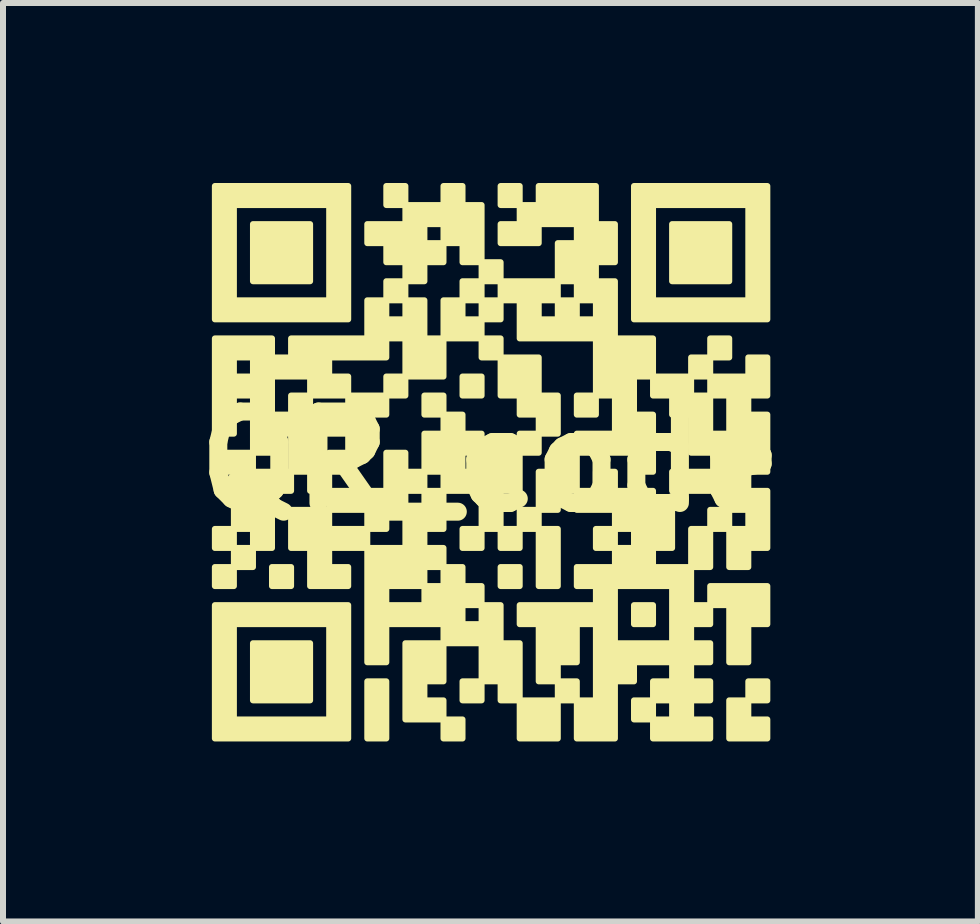
<source format=kicad_pcb>
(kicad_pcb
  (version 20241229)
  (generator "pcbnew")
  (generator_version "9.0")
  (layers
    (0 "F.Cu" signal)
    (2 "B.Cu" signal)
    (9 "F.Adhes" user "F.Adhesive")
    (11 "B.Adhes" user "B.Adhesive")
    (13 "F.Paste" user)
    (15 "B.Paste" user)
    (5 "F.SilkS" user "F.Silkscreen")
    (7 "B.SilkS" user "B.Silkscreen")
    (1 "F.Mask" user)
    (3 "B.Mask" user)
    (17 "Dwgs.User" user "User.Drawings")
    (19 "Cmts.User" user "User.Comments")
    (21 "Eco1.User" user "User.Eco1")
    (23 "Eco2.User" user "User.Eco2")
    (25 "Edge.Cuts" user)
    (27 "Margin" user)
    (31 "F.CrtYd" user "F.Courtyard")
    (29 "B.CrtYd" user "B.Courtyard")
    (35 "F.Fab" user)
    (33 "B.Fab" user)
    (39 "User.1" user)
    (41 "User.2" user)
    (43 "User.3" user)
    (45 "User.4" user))
  (footprint "QR_code"
    (layer "F.Cu")
    (at 5.124 4.643)
    (property "Reference" "QR_code" (at 0 0 0) (layer "F.SilkS") (effects (font (size 1.524 1.524) (thickness 0.3))))
    (attr through_hole)
    (fp_poly (pts (xy -4.276 1.439) (xy -4.434 1.439) (xy -4.593 1.439) (xy -4.593 1.281) (xy -4.593 1.122) (xy -4.434 1.122) (xy -4.276 1.122) (xy -4.276 1.281) (xy -4.276 1.439)) (stroke (width 0.1) (type solid)) (fill yes) (layer "F.SilkS"))
    (fp_poly (pts (xy -4.276 2.074) (xy -4.434 2.074) (xy -4.593 2.074) (xy -4.593 1.916) (xy -4.593 1.757) (xy -4.434 1.757) (xy -4.276 1.757) (xy -4.276 1.916) (xy -4.276 2.074)) (stroke (width 0.1) (type solid)) (fill yes) (layer "F.SilkS"))
    (fp_poly (pts (xy -3.958 0.169) (xy -4.276 0.169) (xy -4.593 0.169) (xy -4.593 0.011) (xy -4.593 -0.148) (xy -4.276 -0.148) (xy -3.958 -0.148) (xy -3.958 0.011) (xy -3.958 0.169)) (stroke (width 0.1) (type solid)) (fill yes) (layer "F.SilkS"))
    (fp_poly (pts (xy -3.958 1.757) (xy -4.117 1.757) (xy -4.276 1.757) (xy -4.276 1.598) (xy -4.276 1.439) (xy -4.117 1.439) (xy -3.958 1.439) (xy -3.958 1.598) (xy -3.958 1.757)) (stroke (width 0.1) (type solid)) (fill yes) (layer "F.SilkS"))
    (fp_poly (pts (xy -3.323 2.074) (xy -3.482 2.074) (xy -3.641 2.074) (xy -3.641 1.916) (xy -3.641 1.757) (xy -3.482 1.757) (xy -3.323 1.757) (xy -3.323 1.916) (xy -3.323 2.074)) (stroke (width 0.1) (type solid)) (fill yes) (layer "F.SilkS"))
    (fp_poly (pts (xy -3.006 -3.006) (xy -3.482 -3.006) (xy -3.958 -3.006) (xy -3.958 -3.482) (xy -3.958 -3.958) (xy -3.482 -3.958) (xy -3.006 -3.958) (xy -3.006 -3.482) (xy -3.006 -3.006)) (stroke (width 0.1) (type solid)) (fill yes) (layer "F.SilkS"))
    (fp_poly (pts (xy -3.006 3.979) (xy -3.482 3.979) (xy -3.958 3.979) (xy -3.958 3.503) (xy -3.958 3.027) (xy -3.482 3.027) (xy -3.006 3.027) (xy -3.006 3.503) (xy -3.006 3.979)) (stroke (width 0.1) (type solid)) (fill yes) (layer "F.SilkS"))
    (fp_poly (pts (xy -2.688 0.487) (xy -2.847 0.487) (xy -3.006 0.487) (xy -3.006 0.328) (xy -3.006 0.169) (xy -2.847 0.169) (xy -2.688 0.169) (xy -2.688 0.328) (xy -2.688 0.487)) (stroke (width 0.1) (type solid)) (fill yes) (layer "F.SilkS"))
    (fp_poly (pts (xy -2.371 0.169) (xy -2.529 0.169) (xy -2.688 0.169) (xy -2.688 0.011) (xy -2.688 -0.148) (xy -2.529 -0.148) (xy -2.371 -0.148) (xy -2.371 0.011) (xy -2.371 0.169)) (stroke (width 0.1) (type solid)) (fill yes) (layer "F.SilkS"))
    (fp_poly (pts (xy -1.736 4.614) (xy -1.894 4.614) (xy -2.053 4.614) (xy -2.053 4.138) (xy -2.053 3.662) (xy -1.894 3.662) (xy -1.736 3.662) (xy -1.736 4.138) (xy -1.736 4.614)) (stroke (width 0.1) (type solid)) (fill yes) (layer "F.SilkS"))
    (fp_poly (pts (xy -1.418 -4.276) (xy -1.577 -4.276) (xy -1.736 -4.276) (xy -1.736 -4.434) (xy -1.736 -4.593) (xy -1.577 -4.593) (xy -1.418 -4.593) (xy -1.418 -4.434) (xy -1.418 -4.276)) (stroke (width 0.1) (type solid)) (fill yes) (layer "F.SilkS"))
    (fp_poly (pts (xy -1.418 -2.688) (xy -1.577 -2.688) (xy -1.736 -2.688) (xy -1.736 -2.847) (xy -1.736 -3.006) (xy -1.577 -3.006) (xy -1.418 -3.006) (xy -1.418 -2.847) (xy -1.418 -2.688)) (stroke (width 0.1) (type solid)) (fill yes) (layer "F.SilkS"))
    (fp_poly (pts (xy -1.418 -1.101) (xy -1.577 -1.101) (xy -1.736 -1.101) (xy -1.736 -1.259) (xy -1.736 -1.418) (xy -1.577 -1.418) (xy -1.418 -1.418) (xy -1.418 -1.259) (xy -1.418 -1.101)) (stroke (width 0.1) (type solid)) (fill yes) (layer "F.SilkS"))
    (fp_poly (pts (xy -0.783 -0.783) (xy -0.942 -0.783) (xy -1.101 -0.783) (xy -1.101 -0.942) (xy -1.101 -1.101) (xy -0.942 -1.101) (xy -0.783 -1.101) (xy -0.783 -0.942) (xy -0.783 -0.783)) (stroke (width 0.1) (type solid)) (fill yes) (layer "F.SilkS"))
    (fp_poly (pts (xy -0.466 4.614) (xy -0.624 4.614) (xy -0.783 4.614) (xy -0.783 4.456) (xy -0.783 4.297) (xy -0.624 4.297) (xy -0.466 4.297) (xy -0.466 4.456) (xy -0.466 4.614)) (stroke (width 0.1) (type solid)) (fill yes) (layer "F.SilkS"))
    (fp_poly (pts (xy -0.148 -2.688) (xy -0.307 -2.688) (xy -0.466 -2.688) (xy -0.466 -2.847) (xy -0.466 -3.006) (xy -0.307 -3.006) (xy -0.148 -3.006) (xy -0.148 -2.847) (xy -0.148 -2.688)) (stroke (width 0.1) (type solid)) (fill yes) (layer "F.SilkS"))
    (fp_poly (pts (xy -0.148 -1.101) (xy -0.307 -1.101) (xy -0.466 -1.101) (xy -0.466 -1.259) (xy -0.466 -1.418) (xy -0.307 -1.418) (xy -0.148 -1.418) (xy -0.148 -1.259) (xy -0.148 -1.101)) (stroke (width 0.1) (type solid)) (fill yes) (layer "F.SilkS"))
    (fp_poly (pts (xy -0.148 1.439) (xy -0.307 1.439) (xy -0.466 1.439) (xy -0.466 1.281) (xy -0.466 1.122) (xy -0.307 1.122) (xy -0.148 1.122) (xy -0.148 1.281) (xy -0.148 1.439)) (stroke (width 0.1) (type solid)) (fill yes) (layer "F.SilkS"))
    (fp_poly (pts (xy -0.148 3.979) (xy -0.307 3.979) (xy -0.466 3.979) (xy -0.466 3.821) (xy -0.466 3.662) (xy -0.307 3.662) (xy -0.148 3.662) (xy -0.148 3.821) (xy -0.148 3.979)) (stroke (width 0.1) (type solid)) (fill yes) (layer "F.SilkS"))
    (fp_poly (pts (xy 0.169 -3.006) (xy 0.011 -3.006) (xy -0.148 -3.006) (xy -0.148 -3.164) (xy -0.148 -3.323) (xy 0.011 -3.323) (xy 0.169 -3.323) (xy 0.169 -3.164) (xy 0.169 -3.006)) (stroke (width 0.1) (type solid)) (fill yes) (layer "F.SilkS"))
    (fp_poly (pts (xy 0.169 -2.371) (xy 0.011 -2.371) (xy -0.148 -2.371) (xy -0.148 -2.529) (xy -0.148 -2.688) (xy 0.011 -2.688) (xy 0.169 -2.688) (xy 0.169 -2.529) (xy 0.169 -2.371)) (stroke (width 0.1) (type solid)) (fill yes) (layer "F.SilkS"))
    (fp_poly (pts (xy 0.169 -1.736) (xy 0.011 -1.736) (xy -0.148 -1.736) (xy -0.148 -1.894) (xy -0.148 -2.053) (xy 0.011 -2.053) (xy 0.169 -2.053) (xy 0.169 -1.894) (xy 0.169 -1.736)) (stroke (width 0.1) (type solid)) (fill yes) (layer "F.SilkS"))
    (fp_poly (pts (xy 0.487 -4.276) (xy 0.328 -4.276) (xy 0.169 -4.276) (xy 0.169 -4.434) (xy 0.169 -4.593) (xy 0.328 -4.593) (xy 0.487 -4.593) (xy 0.487 -4.434) (xy 0.487 -4.276)) (stroke (width 0.1) (type solid)) (fill yes) (layer "F.SilkS"))
    (fp_poly (pts (xy 0.487 1.439) (xy 0.328 1.439) (xy 0.169 1.439) (xy 0.169 1.281) (xy 0.169 1.122) (xy 0.328 1.122) (xy 0.487 1.122) (xy 0.487 1.281) (xy 0.487 1.439)) (stroke (width 0.1) (type solid)) (fill yes) (layer "F.SilkS"))
    (fp_poly (pts (xy 0.487 2.074) (xy 0.328 2.074) (xy 0.169 2.074) (xy 0.169 1.916) (xy 0.169 1.757) (xy 0.328 1.757) (xy 0.487 1.757) (xy 0.487 1.916) (xy 0.487 2.074)) (stroke (width 0.1) (type solid)) (fill yes) (layer "F.SilkS"))
    (fp_poly (pts (xy 0.804 -0.148) (xy 0.646 -0.148) (xy 0.487 -0.148) (xy 0.487 -0.307) (xy 0.487 -0.466) (xy 0.646 -0.466) (xy 0.804 -0.466) (xy 0.804 -0.307) (xy 0.804 -0.148)) (stroke (width 0.1) (type solid)) (fill yes) (layer "F.SilkS"))
    (fp_poly (pts (xy 0.804 1.122) (xy 0.646 1.122) (xy 0.487 1.122) (xy 0.487 0.963) (xy 0.487 0.804) (xy 0.646 0.804) (xy 0.804 0.804) (xy 0.804 0.963) (xy 0.804 1.122)) (stroke (width 0.1) (type solid)) (fill yes) (layer "F.SilkS"))
    (fp_poly (pts (xy 1.122 2.074) (xy 0.963 2.074) (xy 0.804 2.074) (xy 0.804 1.598) (xy 0.804 1.122) (xy 0.963 1.122) (xy 1.122 1.122) (xy 1.122 1.598) (xy 1.122 2.074)) (stroke (width 0.1) (type solid)) (fill yes) (layer "F.SilkS"))
    (fp_poly (pts (xy 1.122 4.614) (xy 0.804 4.614) (xy 0.487 4.614) (xy 0.487 4.297) (xy 0.487 3.979) (xy 0.804 3.979) (xy 1.122 3.979) (xy 1.122 4.297) (xy 1.122 4.614)) (stroke (width 0.1) (type solid)) (fill yes) (layer "F.SilkS"))
    (fp_poly (pts (xy 1.439 3.979) (xy 1.281 3.979) (xy 1.122 3.979) (xy 1.122 3.821) (xy 1.122 3.662) (xy 1.281 3.662) (xy 1.439 3.662) (xy 1.439 3.821) (xy 1.439 3.979)) (stroke (width 0.1) (type solid)) (fill yes) (layer "F.SilkS"))
    (fp_poly (pts (xy 1.757 -0.783) (xy 1.598 -0.783) (xy 1.439 -0.783) (xy 1.439 -0.942) (xy 1.439 -1.101) (xy 1.598 -1.101) (xy 1.757 -1.101) (xy 1.757 -0.942) (xy 1.757 -0.783)) (stroke (width 0.1) (type solid)) (fill yes) (layer "F.SilkS"))
    (fp_poly (pts (xy 2.074 1.439) (xy 1.916 1.439) (xy 1.757 1.439) (xy 1.757 1.281) (xy 1.757 1.122) (xy 1.916 1.122) (xy 2.074 1.122) (xy 2.074 1.281) (xy 2.074 1.439)) (stroke (width 0.1) (type solid)) (fill yes) (layer "F.SilkS"))
    (fp_poly (pts (xy 2.709 2.709) (xy 2.551 2.709) (xy 2.392 2.709) (xy 2.392 2.551) (xy 2.392 2.392) (xy 2.551 2.392) (xy 2.709 2.392) (xy 2.709 2.551) (xy 2.709 2.709)) (stroke (width 0.1) (type solid)) (fill yes) (layer "F.SilkS"))
    (fp_poly (pts (xy 2.709 4.297) (xy 2.551 4.297) (xy 2.392 4.297) (xy 2.392 4.138) (xy 2.392 3.979) (xy 2.551 3.979) (xy 2.709 3.979) (xy 2.709 4.138) (xy 2.709 4.297)) (stroke (width 0.1) (type solid)) (fill yes) (layer "F.SilkS"))
    (fp_poly (pts (xy 3.662 -1.418) (xy 3.503 -1.418) (xy 3.344 -1.418) (xy 3.344 -1.577) (xy 3.344 -1.736) (xy 3.503 -1.736) (xy 3.662 -1.736) (xy 3.662 -1.577) (xy 3.662 -1.418)) (stroke (width 0.1) (type solid)) (fill yes) (layer "F.SilkS"))
    (fp_poly (pts (xy 3.662 0.487) (xy 3.344 0.487) (xy 3.027 0.487) (xy 3.027 0.328) (xy 3.027 0.169) (xy 3.344 0.169) (xy 3.662 0.169) (xy 3.662 0.328) (xy 3.662 0.487)) (stroke (width 0.1) (type solid)) (fill yes) (layer "F.SilkS"))
    (fp_poly (pts (xy 3.662 1.757) (xy 3.503 1.757) (xy 3.344 1.757) (xy 3.344 1.439) (xy 3.344 1.122) (xy 3.503 1.122) (xy 3.662 1.122) (xy 3.662 1.439) (xy 3.662 1.757)) (stroke (width 0.1) (type solid)) (fill yes) (layer "F.SilkS"))
    (fp_poly (pts (xy 3.979 -3.006) (xy 3.503 -3.006) (xy 3.027 -3.006) (xy 3.027 -3.482) (xy 3.027 -3.958) (xy 3.503 -3.958) (xy 3.979 -3.958) (xy 3.979 -3.482) (xy 3.979 -3.006)) (stroke (width 0.1) (type solid)) (fill yes) (layer "F.SilkS"))
    (fp_poly (pts (xy 3.979 -1.736) (xy 3.821 -1.736) (xy 3.662 -1.736) (xy 3.662 -1.894) (xy 3.662 -2.053) (xy 3.821 -2.053) (xy 3.979 -2.053) (xy 3.979 -1.894) (xy 3.979 -1.736)) (stroke (width 0.1) (type solid)) (fill yes) (layer "F.SilkS"))
    (fp_poly (pts (xy 3.979 1.122) (xy 3.821 1.122) (xy 3.662 1.122) (xy 3.662 0.963) (xy 3.662 0.804) (xy 3.821 0.804) (xy 3.979 0.804) (xy 3.979 0.963) (xy 3.979 1.122)) (stroke (width 0.1) (type solid)) (fill yes) (layer "F.SilkS"))
    (fp_poly (pts (xy 4.614 3.979) (xy 4.456 3.979) (xy 4.297 3.979) (xy 4.297 3.821) (xy 4.297 3.662) (xy 4.456 3.662) (xy 4.614 3.662) (xy 4.614 3.821) (xy 4.614 3.979)) (stroke (width 0.1) (type solid)) (fill yes) (layer "F.SilkS"))
    (fp_poly (pts (xy -0.148 -2.053) (xy -0.466 -2.053) (xy -0.783 -2.053) (xy -0.783 -2.371) (xy -0.783 -2.688) (xy -0.624 -2.688) (xy -0.466 -2.688) (xy -0.466 -2.529) (xy -0.466 -2.371) (xy -0.307 -2.371) (xy -0.148 -2.371) (xy -0.148 -2.212) (xy -0.148 -2.053)) (stroke (width 0.1) (type solid)) (fill yes) (layer "F.SilkS"))
    (fp_poly (pts (xy 4.614 4.614) (xy 4.297 4.614) (xy 3.979 4.614) (xy 3.979 4.297) (xy 3.979 3.979) (xy 4.138 3.979) (xy 4.297 3.979) (xy 4.297 4.138) (xy 4.297 4.297) (xy 4.456 4.297) (xy 4.614 4.297) (xy 4.614 4.456) (xy 4.614 4.614)) (stroke (width 0.1) (type solid)) (fill yes) (layer "F.SilkS"))
    (fp_poly (pts (xy -0.783 4.297) (xy -1.101 4.297) (xy -1.418 4.297) (xy -1.418 3.662) (xy -1.418 3.027) (xy -1.101 3.027) (xy -0.783 3.027) (xy -0.783 3.344) (xy -0.783 3.662) (xy -0.942 3.662) (xy -1.101 3.662) (xy -1.101 3.821) (xy -1.101 3.979) (xy -0.942 3.979) (xy -0.783 3.979) (xy -0.783 4.138) (xy -0.783 4.297)) (stroke (width 0.1) (type solid)) (fill yes) (layer "F.SilkS"))
    (fp_poly (pts (xy 1.439 0.487) (xy 1.281 0.487) (xy 1.122 0.487) (xy 1.122 0.646) (xy 1.122 0.804) (xy 0.963 0.804) (xy 0.804 0.804) (xy 0.804 0.487) (xy 0.804 0.169) (xy 0.963 0.169) (xy 1.122 0.169) (xy 1.122 0.011) (xy 1.122 -0.148) (xy 1.281 -0.148) (xy 1.439 -0.148) (xy 1.439 0.169) (xy 1.439 0.487)) (stroke (width 0.1) (type solid)) (fill yes) (layer "F.SilkS"))
    (fp_poly (pts (xy 4.614 2.709) (xy 4.456 2.709) (xy 4.297 2.709) (xy 4.297 3.027) (xy 4.297 3.344) (xy 4.138 3.344) (xy 3.979 3.344) (xy 3.979 2.868) (xy 3.979 2.392) (xy 3.821 2.392) (xy 3.662 2.392) (xy 3.662 2.233) (xy 3.662 2.074) (xy 4.138 2.074) (xy 4.614 2.074) (xy 4.614 2.392) (xy 4.614 2.709)) (stroke (width 0.1) (type solid)) (fill yes) (layer "F.SilkS"))
    (fp_poly (pts (xy -2.371 -2.371) (xy -2.688 -2.371) (xy -2.688 -2.688) (xy -2.688 -3.482) (xy -2.688 -4.276) (xy -3.482 -4.276) (xy -4.276 -4.276) (xy -4.276 -3.482) (xy -4.276 -2.688) (xy -3.482 -2.688) (xy -2.688 -2.688) (xy -2.688 -2.371) (xy -3.482 -2.371) (xy -4.593 -2.371) (xy -4.593 -3.482) (xy -4.593 -4.593) (xy -3.482 -4.593) (xy -2.371 -4.593) (xy -2.371 -3.482) (xy -2.371 -2.371)) (stroke (width 0.1) (type solid)) (fill yes) (layer "F.SilkS"))
    (fp_poly (pts (xy -2.371 4.614) (xy -2.688 4.614) (xy -2.688 4.297) (xy -2.688 3.503) (xy -2.688 2.709) (xy -3.482 2.709) (xy -4.276 2.709) (xy -4.276 3.503) (xy -4.276 4.297) (xy -3.482 4.297) (xy -2.688 4.297) (xy -2.688 4.614) (xy -3.482 4.614) (xy -4.593 4.614) (xy -4.593 3.503) (xy -4.593 2.392) (xy -3.482 2.392) (xy -2.371 2.392) (xy -2.371 3.503) (xy -2.371 4.614)) (stroke (width 0.1) (type solid)) (fill yes) (layer "F.SilkS"))
    (fp_poly (pts (xy 4.614 -2.371) (xy 4.297 -2.371) (xy 4.297 -2.688) (xy 4.297 -3.482) (xy 4.297 -4.276) (xy 3.503 -4.276) (xy 2.709 -4.276) (xy 2.709 -3.482) (xy 2.709 -2.688) (xy 3.503 -2.688) (xy 4.297 -2.688) (xy 4.297 -2.371) (xy 3.503 -2.371) (xy 2.392 -2.371) (xy 2.392 -3.482) (xy 2.392 -4.593) (xy 3.503 -4.593) (xy 4.614 -4.593) (xy 4.614 -3.482) (xy 4.614 -2.371)) (stroke (width 0.1) (type solid)) (fill yes) (layer "F.SilkS"))
    (fp_poly (pts (xy -3.323 0.487) (xy -3.482 0.487) (xy -3.641 0.487) (xy -3.641 0.963) (xy -3.641 1.439) (xy -3.799 1.439) (xy -3.958 1.439) (xy -3.958 1.281) (xy -3.958 1.122) (xy -4.117 1.122) (xy -4.276 1.122) (xy -4.276 0.804) (xy -4.276 0.487) (xy -4.117 0.487) (xy -3.958 0.487) (xy -3.958 0.328) (xy -3.958 0.169) (xy -3.641 0.169) (xy -3.323 0.169) (xy -3.323 0.328) (xy -3.323 0.487)) (stroke (width 0.1) (type solid)) (fill yes) (layer "F.SilkS"))
    (fp_poly (pts (xy 1.122 -0.466) (xy 0.963 -0.466) (xy 0.804 -0.466) (xy 0.804 -0.624) (xy 0.804 -0.783) (xy 0.646 -0.783) (xy 0.487 -0.783) (xy 0.487 -0.942) (xy 0.487 -1.101) (xy 0.328 -1.101) (xy 0.169 -1.101) (xy 0.169 -1.418) (xy 0.169 -1.736) (xy 0.487 -1.736) (xy 0.804 -1.736) (xy 0.804 -1.418) (xy 0.804 -1.101) (xy 0.963 -1.101) (xy 1.122 -1.101) (xy 1.122 -0.783) (xy 1.122 -0.466)) (stroke (width 0.1) (type solid)) (fill yes) (layer "F.SilkS"))
    (fp_poly (pts (xy -2.053 1.439) (xy -2.371 1.439) (xy -2.688 1.439) (xy -2.688 1.598) (xy -2.688 1.757) (xy -2.529 1.757) (xy -2.371 1.757) (xy -2.371 1.916) (xy -2.371 2.074) (xy -2.688 2.074) (xy -3.006 2.074) (xy -3.006 1.757) (xy -3.006 1.439) (xy -3.164 1.439) (xy -3.323 1.439) (xy -3.323 1.122) (xy -3.323 0.804) (xy -3.006 0.804) (xy -2.688 0.804) (xy -2.688 0.963) (xy -2.688 1.122) (xy -2.371 1.122) (xy -2.053 1.122) (xy -2.053 1.281) (xy -2.053 1.439)) (stroke (width 0.1) (type solid)) (fill yes) (layer "F.SilkS"))
    (fp_poly (pts (xy 3.979 -0.148) (xy 3.662 -0.148) (xy 3.344 -0.148) (xy 3.344 -0.466) (xy 3.344 -0.783) (xy 3.186 -0.783) (xy 3.027 -0.783) (xy 3.027 -0.942) (xy 3.027 -1.101) (xy 2.868 -1.101) (xy 2.709 -1.101) (xy 2.709 -1.259) (xy 2.709 -1.418) (xy 3.027 -1.418) (xy 3.344 -1.418) (xy 3.344 -1.259) (xy 3.344 -1.101) (xy 3.503 -1.101) (xy 3.662 -1.101) (xy 3.662 -0.783) (xy 3.662 -0.466) (xy 3.821 -0.466) (xy 3.979 -0.466) (xy 3.979 -0.307) (xy 3.979 -0.148)) (stroke (width 0.1) (type solid)) (fill yes) (layer "F.SilkS"))
    (fp_poly (pts (xy -1.101 0.487) (xy -1.259 0.487) (xy -1.418 0.487) (xy -1.418 0.646) (xy -1.418 0.804) (xy -1.577 0.804) (xy -1.736 0.804) (xy -1.736 0.963) (xy -1.736 1.122) (xy -1.894 1.122) (xy -2.053 1.122) (xy -2.053 0.963) (xy -2.053 0.804) (xy -2.371 0.804) (xy -2.688 0.804) (xy -2.688 0.646) (xy -2.688 0.487) (xy -2.212 0.487) (xy -1.736 0.487) (xy -1.736 0.169) (xy -1.736 -0.148) (xy -1.577 -0.148) (xy -1.418 -0.148) (xy -1.418 0.011) (xy -1.418 0.169) (xy -1.259 0.169) (xy -1.101 0.169) (xy -1.101 0.328) (xy -1.101 0.487)) (stroke (width 0.1) (type solid)) (fill yes) (layer "F.SilkS"))
    (fp_poly (pts (xy 0.487 0.487) (xy 0.328 0.487) (xy 0.169 0.487) (xy 0.169 0.804) (xy 0.169 1.122) (xy 0.011 1.122) (xy -0.148 1.122) (xy -0.148 0.804) (xy -0.148 0.487) (xy -0.466 0.487) (xy -0.783 0.487) (xy -0.783 0.328) (xy -0.783 0.169) (xy -0.942 0.169) (xy -1.101 0.169) (xy -1.101 -0.148) (xy -1.101 -0.466) (xy -0.942 -0.466) (xy -0.783 -0.466) (xy -0.783 -0.624) (xy -0.783 -0.783) (xy -0.624 -0.783) (xy -0.466 -0.783) (xy -0.466 -0.624) (xy -0.466 -0.466) (xy -0.307 -0.466) (xy -0.148 -0.466) (xy -0.148 -0.307) (xy -0.148 -0.148) (xy -0.307 -0.148) (xy -0.466 -0.148) (xy -0.466 0.011) (xy -0.466 0.169) (xy -0.307 0.169) (xy -0.148 0.169) (xy -0.148 0.011) (xy -0.148 -0.148) (xy 0.169 -0.148) (xy 0.487 -0.148) (xy 0.487 0.169) (xy 0.487 0.487)) (stroke (width 0.1) (type solid)) (fill yes) (layer "F.SilkS"))
    (fp_poly (pts (xy -0.148 -3.323) (xy -0.307 -3.323) (xy -0.466 -3.323) (xy -0.466 -3.482) (xy -0.466 -3.641) (xy -0.624 -3.641) (xy -0.783 -3.641) (xy -0.783 -3.799) (xy -0.783 -3.958) (xy -0.942 -3.958) (xy -1.101 -3.958) (xy -1.101 -3.799) (xy -1.101 -3.641) (xy -0.942 -3.641) (xy -0.783 -3.641) (xy -0.783 -3.482) (xy -0.783 -3.323) (xy -0.942 -3.323) (xy -1.101 -3.323) (xy -1.101 -3.164) (xy -1.101 -3.006) (xy -1.259 -3.006) (xy -1.418 -3.006) (xy -1.418 -3.164) (xy -1.418 -3.323) (xy -1.577 -3.323) (xy -1.736 -3.323) (xy -1.736 -3.482) (xy -1.736 -3.641) (xy -1.894 -3.641) (xy -2.053 -3.641) (xy -2.053 -3.799) (xy -2.053 -3.958) (xy -1.736 -3.958) (xy -1.418 -3.958) (xy -1.418 -4.117) (xy -1.418 -4.276) (xy -1.101 -4.276) (xy -0.783 -4.276) (xy -0.783 -4.434) (xy -0.783 -4.593) (xy -0.624 -4.593) (xy -0.466 -4.593) (xy -0.466 -4.434) (xy -0.466 -4.276) (xy -0.307 -4.276) (xy -0.148 -4.276) (xy -0.148 -3.799) (xy -0.148 -3.323)) (stroke (width 0.1) (type solid)) (fill yes) (layer "F.SilkS"))
    (fp_poly (pts (xy 4.614 1.439) (xy 4.456 1.439) (xy 4.297 1.439) (xy 4.297 1.598) (xy 4.297 1.757) (xy 4.138 1.757) (xy 3.979 1.757) (xy 3.979 1.439) (xy 3.979 1.122) (xy 4.138 1.122) (xy 4.297 1.122) (xy 4.297 0.963) (xy 4.297 0.804) (xy 4.138 0.804) (xy 3.979 0.804) (xy 3.979 0.328) (xy 3.979 -0.148) (xy 4.138 -0.148) (xy 4.297 -0.148) (xy 4.297 -0.307) (xy 4.297 -0.466) (xy 4.138 -0.466) (xy 3.979 -0.466) (xy 3.979 -0.783) (xy 3.979 -1.101) (xy 3.821 -1.101) (xy 3.662 -1.101) (xy 3.662 -1.259) (xy 3.662 -1.418) (xy 3.979 -1.418) (xy 4.297 -1.418) (xy 4.297 -1.577) (xy 4.297 -1.736) (xy 4.456 -1.736) (xy 4.614 -1.736) (xy 4.614 -1.418) (xy 4.614 -1.101) (xy 4.456 -1.101) (xy 4.297 -1.101) (xy 4.297 -0.942) (xy 4.297 -0.783) (xy 4.456 -0.783) (xy 4.614 -0.783) (xy 4.614 -0.307) (xy 4.614 0.169) (xy 4.456 0.169) (xy 4.297 0.169) (xy 4.297 0.328) (xy 4.297 0.487) (xy 4.456 0.487) (xy 4.614 0.487) (xy 4.614 0.963) (xy 4.614 1.439)) (stroke (width 0.1) (type solid)) (fill yes) (layer "F.SilkS"))
    (fp_poly (pts (xy 0.487 3.979) (xy 0.328 3.979) (xy 0.169 3.979) (xy 0.169 3.821) (xy 0.169 3.662) (xy 0.011 3.662) (xy -0.148 3.662) (xy -0.148 3.344) (xy -0.148 3.027) (xy -0.466 3.027) (xy -0.783 3.027) (xy -0.783 2.868) (xy -0.783 2.709) (xy -1.259 2.709) (xy -1.736 2.709) (xy -1.736 3.027) (xy -1.736 3.344) (xy -1.894 3.344) (xy -2.053 3.344) (xy -2.053 2.392) (xy -2.053 1.439) (xy -1.736 1.439) (xy -1.418 1.439) (xy -1.418 1.122) (xy -1.418 0.804) (xy -1.259 0.804) (xy -1.101 0.804) (xy -1.101 0.646) (xy -1.101 0.487) (xy -0.942 0.487) (xy -0.783 0.487) (xy -0.783 0.804) (xy -0.783 1.122) (xy -0.942 1.122) (xy -1.101 1.122) (xy -1.101 1.281) (xy -1.101 1.439) (xy -0.942 1.439) (xy -0.783 1.439) (xy -0.783 1.598) (xy -0.783 1.757) (xy -0.942 1.757) (xy -1.101 1.757) (xy -1.101 1.916) (xy -1.101 2.074) (xy -1.418 2.074) (xy -1.736 2.074) (xy -1.736 2.233) (xy -1.736 2.392) (xy -1.418 2.392) (xy -1.101 2.392) (xy -1.101 2.233) (xy -1.101 2.074) (xy -0.942 2.074) (xy -0.783 2.074) (xy -0.783 1.916) (xy -0.783 1.757) (xy -0.624 1.757) (xy -0.466 1.757) (xy -0.466 1.916) (xy -0.466 2.074) (xy -0.307 2.074) (xy -0.148 2.074) (xy -0.148 2.233) (xy -0.148 2.392) (xy -0.307 2.392) (xy -0.466 2.392) (xy -0.466 2.551) (xy -0.466 2.709) (xy -0.307 2.709) (xy -0.148 2.709) (xy -0.148 2.551) (xy -0.148 2.392) (xy 0.011 2.392) (xy 0.169 2.392) (xy 0.169 2.709) (xy 0.169 3.027) (xy 0.328 3.027) (xy 0.487 3.027) (xy 0.487 3.503) (xy 0.487 3.979)) (stroke (width 0.1) (type solid)) (fill yes) (layer "F.SilkS"))
    (fp_poly (pts (xy 2.709 0.169) (xy 2.551 0.169) (xy 2.392 0.169) (xy 2.392 0.011) (xy 2.392 -0.148) (xy 1.916 -0.148) (xy 1.439 -0.148) (xy 1.439 -0.307) (xy 1.439 -0.466) (xy 1.757 -0.466) (xy 2.074 -0.466) (xy 2.074 -0.783) (xy 2.074 -1.101) (xy 1.916 -1.101) (xy 1.757 -1.101) (xy 1.757 -1.577) (xy 1.757 -2.053) (xy 1.122 -2.053) (xy 0.487 -2.053) (xy 0.487 -2.371) (xy 0.487 -2.688) (xy 0.328 -2.688) (xy 0.169 -2.688) (xy 0.169 -2.847) (xy 0.169 -3.006) (xy 0.646 -3.006) (xy 1.122 -3.006) (xy 1.122 -2.847) (xy 1.122 -2.688) (xy 0.963 -2.688) (xy 0.804 -2.688) (xy 0.804 -2.529) (xy 0.804 -2.371) (xy 0.963 -2.371) (xy 1.122 -2.371) (xy 1.122 -2.529) (xy 1.122 -2.688) (xy 1.281 -2.688) (xy 1.439 -2.688) (xy 1.439 -2.529) (xy 1.439 -2.371) (xy 1.598 -2.371) (xy 1.757 -2.371) (xy 1.757 -2.529) (xy 1.757 -2.688) (xy 1.598 -2.688) (xy 1.439 -2.688) (xy 1.439 -2.847) (xy 1.439 -3.006) (xy 1.281 -3.006) (xy 1.122 -3.006) (xy 1.122 -3.323) (xy 1.122 -3.641) (xy 1.281 -3.641) (xy 1.439 -3.641) (xy 1.439 -3.799) (xy 1.439 -3.958) (xy 1.122 -3.958) (xy 0.804 -3.958) (xy 0.804 -3.799) (xy 0.804 -3.641) (xy 0.487 -3.641) (xy 0.169 -3.641) (xy 0.169 -3.799) (xy 0.169 -3.958) (xy 0.328 -3.958) (xy 0.487 -3.958) (xy 0.487 -4.117) (xy 0.487 -4.276) (xy 0.646 -4.276) (xy 0.804 -4.276) (xy 0.804 -4.434) (xy 0.804 -4.593) (xy 1.281 -4.593) (xy 1.757 -4.593) (xy 1.757 -4.276) (xy 1.757 -3.958) (xy 1.916 -3.958) (xy 2.074 -3.958) (xy 2.074 -3.641) (xy 2.074 -3.323) (xy 1.916 -3.323) (xy 1.757 -3.323) (xy 1.757 -3.164) (xy 1.757 -3.006) (xy 1.916 -3.006) (xy 2.074 -3.006) (xy 2.074 -2.529) (xy 2.074 -2.053) (xy 2.392 -2.053) (xy 2.709 -2.053) (xy 2.709 -1.736) (xy 2.709 -1.418) (xy 2.551 -1.418) (xy 2.392 -1.418) (xy 2.392 -1.101) (xy 2.392 -0.783) (xy 2.551 -0.783) (xy 2.709 -0.783) (xy 2.709 -0.307) (xy 2.709 0.169)) (stroke (width 0.1) (type solid)) (fill yes) (layer "F.SilkS"))
    (fp_poly (pts (xy -0.783 -1.418) (xy -1.101 -1.418) (xy -1.418 -1.418) (xy -1.418 -1.736) (xy -1.418 -2.053) (xy -1.577 -2.053) (xy -1.736 -2.053) (xy -1.736 -1.894) (xy -1.736 -1.736) (xy -2.212 -1.736) (xy -2.688 -1.736) (xy -2.688 -1.577) (xy -2.688 -1.418) (xy -2.529 -1.418) (xy -2.371 -1.418) (xy -2.371 -1.259) (xy -2.371 -1.101) (xy -2.688 -1.101) (xy -3.006 -1.101) (xy -3.006 -1.259) (xy -3.006 -1.418) (xy -3.323 -1.418) (xy -3.641 -1.418) (xy -3.641 -1.101) (xy -3.641 -0.783) (xy -3.482 -0.783) (xy -3.323 -0.783) (xy -3.323 -0.942) (xy -3.323 -1.101) (xy -3.164 -1.101) (xy -3.006 -1.101) (xy -3.006 -0.942) (xy -3.006 -0.783) (xy -2.688 -0.783) (xy -2.371 -0.783) (xy -2.371 -0.942) (xy -2.371 -1.101) (xy -2.053 -1.101) (xy -1.736 -1.101) (xy -1.736 -0.942) (xy -1.736 -0.783) (xy -1.894 -0.783) (xy -2.053 -0.783) (xy -2.053 -0.466) (xy -2.053 -0.148) (xy -2.212 -0.148) (xy -2.371 -0.148) (xy -2.371 -0.307) (xy -2.371 -0.466) (xy -2.688 -0.466) (xy -3.006 -0.466) (xy -3.006 -0.148) (xy -3.006 0.169) (xy -3.164 0.169) (xy -3.323 0.169) (xy -3.323 -0.148) (xy -3.323 -0.466) (xy -3.482 -0.466) (xy -3.641 -0.466) (xy -3.641 -0.307) (xy -3.641 -0.148) (xy -3.799 -0.148) (xy -3.958 -0.148) (xy -3.958 -0.624) (xy -3.958 -1.101) (xy -3.958 -1.418) (xy -3.958 -1.577) (xy -3.958 -1.736) (xy -4.117 -1.736) (xy -4.276 -1.736) (xy -4.276 -1.577) (xy -4.276 -1.418) (xy -4.117 -1.418) (xy -3.958 -1.418) (xy -3.958 -1.101) (xy -4.117 -1.101) (xy -4.276 -1.101) (xy -4.276 -0.783) (xy -4.276 -0.466) (xy -4.434 -0.466) (xy -4.593 -0.466) (xy -4.593 -1.259) (xy -4.593 -2.053) (xy -4.117 -2.053) (xy -3.641 -2.053) (xy -3.641 -1.894) (xy -3.641 -1.736) (xy -3.482 -1.736) (xy -3.323 -1.736) (xy -3.323 -1.894) (xy -3.323 -2.053) (xy -2.688 -2.053) (xy -2.053 -2.053) (xy -2.053 -2.371) (xy -2.053 -2.688) (xy -1.894 -2.688) (xy -1.736 -2.688) (xy -1.736 -2.529) (xy -1.736 -2.371) (xy -1.577 -2.371) (xy -1.418 -2.371) (xy -1.418 -2.529) (xy -1.418 -2.688) (xy -1.259 -2.688) (xy -1.101 -2.688) (xy -1.101 -2.371) (xy -1.101 -2.053) (xy -0.942 -2.053) (xy -0.783 -2.053) (xy -0.783 -1.736) (xy -0.783 -1.418)) (stroke (width 0.1) (type solid)) (fill yes) (layer "F.SilkS"))
    (fp_poly (pts (xy 3.662 4.614) (xy 3.186 4.614) (xy 2.709 4.614) (xy 2.709 4.456) (xy 2.709 4.297) (xy 2.868 4.297) (xy 3.027 4.297) (xy 3.027 4.138) (xy 3.027 3.979) (xy 2.868 3.979) (xy 2.709 3.979) (xy 2.709 3.821) (xy 2.709 3.662) (xy 2.868 3.662) (xy 3.027 3.662) (xy 3.027 3.503) (xy 3.027 3.344) (xy 3.027 3.027) (xy 3.027 2.551) (xy 3.027 2.074) (xy 2.551 2.074) (xy 2.074 2.074) (xy 2.074 2.551) (xy 2.074 3.027) (xy 2.551 3.027) (xy 3.027 3.027) (xy 3.027 3.344) (xy 2.709 3.344) (xy 2.392 3.344) (xy 2.392 3.503) (xy 2.392 3.662) (xy 2.233 3.662) (xy 2.074 3.662) (xy 2.074 4.138) (xy 2.074 4.614) (xy 1.757 4.614) (xy 1.439 4.614) (xy 1.439 4.297) (xy 1.439 3.979) (xy 1.598 3.979) (xy 1.757 3.979) (xy 1.757 3.344) (xy 1.757 2.709) (xy 1.598 2.709) (xy 1.439 2.709) (xy 1.439 3.027) (xy 1.439 3.344) (xy 1.281 3.344) (xy 1.122 3.344) (xy 1.122 3.503) (xy 1.122 3.662) (xy 0.963 3.662) (xy 0.804 3.662) (xy 0.804 3.186) (xy 0.804 2.709) (xy 0.646 2.709) (xy 0.487 2.709) (xy 0.487 2.551) (xy 0.487 2.392) (xy 1.122 2.392) (xy 1.757 2.392) (xy 1.757 2.233) (xy 1.757 2.074) (xy 1.598 2.074) (xy 1.439 2.074) (xy 1.439 1.916) (xy 1.439 1.757) (xy 1.757 1.757) (xy 2.074 1.757) (xy 2.074 1.598) (xy 2.074 1.439) (xy 2.233 1.439) (xy 2.392 1.439) (xy 2.392 1.281) (xy 2.392 1.122) (xy 2.233 1.122) (xy 2.074 1.122) (xy 2.074 0.963) (xy 2.074 0.804) (xy 1.757 0.804) (xy 1.439 0.804) (xy 1.439 0.646) (xy 1.439 0.487) (xy 1.598 0.487) (xy 1.757 0.487) (xy 1.757 0.328) (xy 1.757 0.169) (xy 1.916 0.169) (xy 2.074 0.169) (xy 2.074 0.328) (xy 2.074 0.487) (xy 2.392 0.487) (xy 2.709 0.487) (xy 2.709 0.646) (xy 2.709 0.804) (xy 2.868 0.804) (xy 3.027 0.804) (xy 3.027 1.122) (xy 3.027 1.439) (xy 2.868 1.439) (xy 2.709 1.439) (xy 2.709 1.598) (xy 2.709 1.757) (xy 3.027 1.757) (xy 3.344 1.757) (xy 3.344 2.074) (xy 3.344 2.392) (xy 3.503 2.392) (xy 3.662 2.392) (xy 3.662 2.551) (xy 3.662 2.709) (xy 3.503 2.709) (xy 3.344 2.709) (xy 3.344 2.868) (xy 3.344 3.027) (xy 3.503 3.027) (xy 3.662 3.027) (xy 3.662 3.186) (xy 3.662 3.344) (xy 3.503 3.344) (xy 3.344 3.344) (xy 3.344 3.503) (xy 3.344 3.662) (xy 3.503 3.662) (xy 3.662 3.662) (xy 3.662 3.821) (xy 3.662 3.979) (xy 3.503 3.979) (xy 3.344 3.979) (xy 3.344 4.138) (xy 3.344 4.297) (xy 3.503 4.297) (xy 3.662 4.297) (xy 3.662 4.456) (xy 3.662 4.614)) (stroke (width 0.1) (type solid)) (fill yes) (layer "F.SilkS")))
  (gr_rect
    (start -3 -3)
    (end 13.247 12.307)
    (stroke (width 0.1) (type default))
    (fill no)
    (layer "Edge.Cuts")))
</source>
